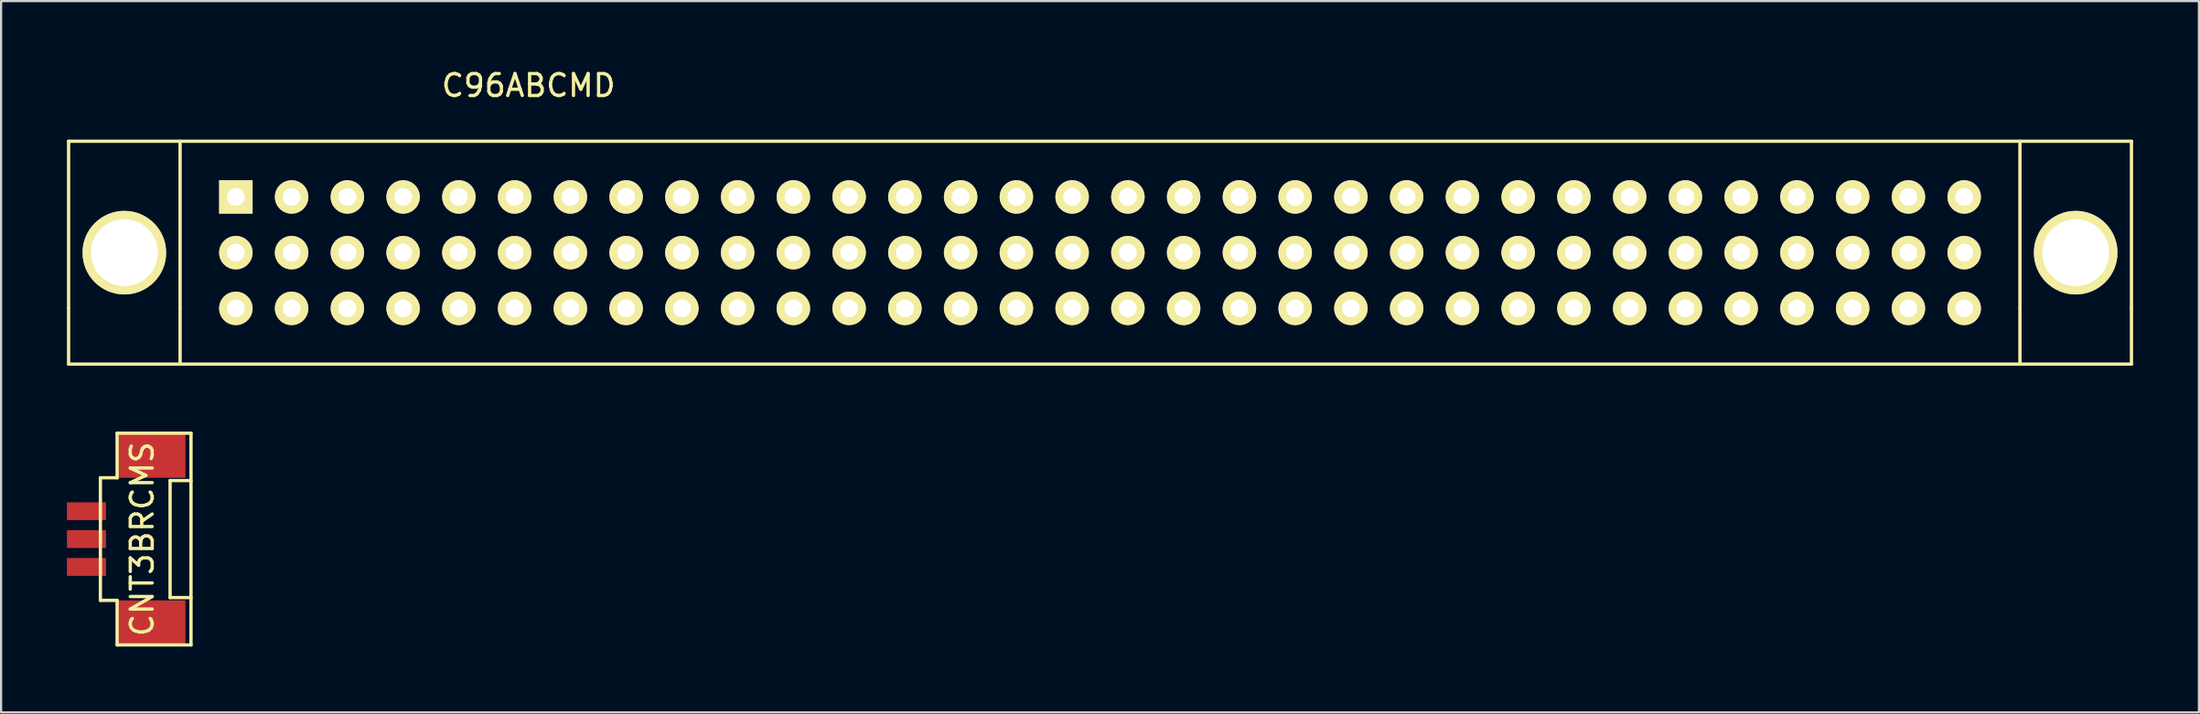
<source format=kicad_pcb>
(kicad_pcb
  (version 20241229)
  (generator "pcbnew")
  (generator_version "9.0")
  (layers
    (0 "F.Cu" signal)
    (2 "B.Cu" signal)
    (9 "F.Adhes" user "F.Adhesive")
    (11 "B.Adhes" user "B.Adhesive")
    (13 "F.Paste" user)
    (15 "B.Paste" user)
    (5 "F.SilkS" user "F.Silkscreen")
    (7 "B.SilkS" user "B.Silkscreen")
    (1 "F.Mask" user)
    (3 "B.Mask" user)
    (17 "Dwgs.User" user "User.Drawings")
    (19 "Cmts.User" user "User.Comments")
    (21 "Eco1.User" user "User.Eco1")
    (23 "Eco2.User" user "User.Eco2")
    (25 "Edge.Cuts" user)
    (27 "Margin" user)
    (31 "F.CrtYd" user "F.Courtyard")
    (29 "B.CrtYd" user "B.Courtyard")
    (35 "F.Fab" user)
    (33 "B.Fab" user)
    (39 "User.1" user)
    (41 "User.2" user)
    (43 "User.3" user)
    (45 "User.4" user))
  (footprint "CNT3BRCMS"
    (layer "F.Cu")
    (at 0.889 21.524)
    (property "Reference" "CNT3BRCMS" (at 2.54 0 90) (layer "F.SilkS") (effects (font (size 1 1) (thickness 0.15))))
    (attr smd)
    (fp_line (start 0.635 -2.794) (end 1.397 -2.794) (stroke (width 0.15) (type solid)) (layer "F.SilkS"))
    (fp_line (start 0.635 0) (end 0.635 -2.794) (stroke (width 0.15) (type solid)) (layer "F.SilkS"))
    (fp_line (start 0.635 2.794) (end 0.635 0) (stroke (width 0.15) (type solid)) (layer "F.SilkS"))
    (fp_line (start 1.397 -4.826) (end 4.763 -4.826) (stroke (width 0.15) (type solid)) (layer "F.SilkS"))
    (fp_line (start 1.397 -2.794) (end 1.397 -4.826) (stroke (width 0.15) (type solid)) (layer "F.SilkS"))
    (fp_line (start 1.397 2.794) (end 0.635 2.794) (stroke (width 0.15) (type solid)) (layer "F.SilkS"))
    (fp_line (start 1.397 4.826) (end 1.397 2.794) (stroke (width 0.15) (type solid)) (layer "F.SilkS"))
    (fp_line (start 3.81 -2.667) (end 3.81 2.667) (stroke (width 0.15) (type solid)) (layer "F.SilkS"))
    (fp_line (start 3.81 2.667) (end 4.763 2.667) (stroke (width 0.15) (type solid)) (layer "F.SilkS"))
    (fp_line (start 4.763 -4.826) (end 4.763 4.826) (stroke (width 0.15) (type solid)) (layer "F.SilkS"))
    (fp_line (start 4.763 -2.667) (end 3.81 -2.667) (stroke (width 0.15) (type solid)) (layer "F.SilkS"))
    (fp_line (start 4.763 4.826) (end 1.397 4.826) (stroke (width 0.15) (type solid)) (layer "F.SilkS"))
    (pad "" smd rect (at 2.985 -3.81) (size 3.048 2.032) (layers "F.Cu" "F.Mask" "F.Paste"))
    (pad "" smd rect (at 2.985 3.81) (size 3.048 2.032) (layers "F.Cu" "F.Mask" "F.Paste"))
    (pad "1" smd rect (at 0 -1.27) (size 1.778 0.813) (layers "F.Cu" "F.Mask" "F.Paste"))
    (pad "2" smd rect (at 0 0) (size 1.778 0.813) (layers "F.Cu" "F.Mask" "F.Paste"))
    (pad "3" smd rect (at 0 1.27) (size 1.778 0.813) (layers "F.Cu" "F.Mask" "F.Paste")))
  (footprint "C96ABCMD"
    (layer "F.Cu")
    (at 47.065 8.468)
    (property "Reference" "C96ABCMD" (at -26.035 -7.62 0) (layer "F.SilkS") (effects (font (size 1 1) (thickness 0.15))))
    (attr through_hole)
    (fp_line (start -46.99 -5.08) (end 46.99 -5.08) (stroke (width 0.15) (type solid)) (layer "F.SilkS"))
    (fp_line (start -46.99 2.54) (end -46.99 -5.08) (stroke (width 0.15) (type solid)) (layer "F.SilkS"))
    (fp_line (start -46.99 2.54) (end -46.99 5.08) (stroke (width 0.15) (type solid)) (layer "F.SilkS"))
    (fp_line (start -46.99 5.08) (end 46.99 5.08) (stroke (width 0.15) (type solid)) (layer "F.SilkS"))
    (fp_line (start -41.91 2.54) (end -41.91 -5.08) (stroke (width 0.15) (type solid)) (layer "F.SilkS"))
    (fp_line (start -41.91 2.54) (end -41.91 5.08) (stroke (width 0.15) (type solid)) (layer "F.SilkS"))
    (fp_line (start 41.91 2.54) (end 41.91 -5.08) (stroke (width 0.15) (type solid)) (layer "F.SilkS"))
    (fp_line (start 41.91 5.08) (end 41.91 2.54) (stroke (width 0.15) (type solid)) (layer "F.SilkS"))
    (fp_line (start 46.99 -5.08) (end 46.99 2.54) (stroke (width 0.15) (type solid)) (layer "F.SilkS"))
    (fp_line (start 46.99 5.08) (end 46.99 2.54) (stroke (width 0.15) (type solid)) (layer "F.SilkS"))
    (pad "65" thru_hole circle (at -44.45 0) (size 3.81 3.81) (drill 3.048) (layers "*.Cu" "*.Mask" "F.SilkS"))
    (pad "66" thru_hole circle (at 44.45 0) (size 3.81 3.81) (drill 3.048) (layers "*.Cu" "*.Mask" "F.SilkS"))
    (pad "A1" thru_hole rect (at -39.37 -2.54) (size 1.524 1.524) (drill 0.813) (layers "*.Cu" "*.Mask" "F.SilkS"))
    (pad "A2" thru_hole circle (at -36.83 -2.54) (size 1.524 1.524) (drill 0.813) (layers "*.Cu" "*.Mask" "F.SilkS"))
    (pad "A3" thru_hole circle (at -34.29 -2.54) (size 1.524 1.524) (drill 0.813) (layers "*.Cu" "*.Mask" "F.SilkS"))
    (pad "A4" thru_hole circle (at -31.75 -2.54) (size 1.524 1.524) (drill 0.813) (layers "*.Cu" "*.Mask" "F.SilkS"))
    (pad "A5" thru_hole circle (at -29.21 -2.54) (size 1.524 1.524) (drill 0.813) (layers "*.Cu" "*.Mask" "F.SilkS"))
    (pad "A6" thru_hole circle (at -26.67 -2.54) (size 1.524 1.524) (drill 0.813) (layers "*.Cu" "*.Mask" "F.SilkS"))
    (pad "A7" thru_hole circle (at -24.13 -2.54) (size 1.524 1.524) (drill 0.813) (layers "*.Cu" "*.Mask" "F.SilkS"))
    (pad "A8" thru_hole circle (at -21.59 -2.54) (size 1.524 1.524) (drill 0.813) (layers "*.Cu" "*.Mask" "F.SilkS"))
    (pad "A9" thru_hole circle (at -19.05 -2.54) (size 1.524 1.524) (drill 0.813) (layers "*.Cu" "*.Mask" "F.SilkS"))
    (pad "A10" thru_hole circle (at -16.51 -2.54) (size 1.524 1.524) (drill 0.813) (layers "*.Cu" "*.Mask" "F.SilkS"))
    (pad "A11" thru_hole circle (at -13.97 -2.54) (size 1.524 1.524) (drill 0.813) (layers "*.Cu" "*.Mask" "F.SilkS"))
    (pad "A12" thru_hole circle (at -11.43 -2.54) (size 1.524 1.524) (drill 0.813) (layers "*.Cu" "*.Mask" "F.SilkS"))
    (pad "A13" thru_hole circle (at -8.89 -2.54) (size 1.524 1.524) (drill 0.813) (layers "*.Cu" "*.Mask" "F.SilkS"))
    (pad "A14" thru_hole circle (at -6.35 -2.54) (size 1.524 1.524) (drill 0.813) (layers "*.Cu" "*.Mask" "F.SilkS"))
    (pad "A15" thru_hole circle (at -3.81 -2.54) (size 1.524 1.524) (drill 0.813) (layers "*.Cu" "*.Mask" "F.SilkS"))
    (pad "A16" thru_hole circle (at -1.27 -2.54) (size 1.524 1.524) (drill 0.813) (layers "*.Cu" "*.Mask" "F.SilkS"))
    (pad "A17" thru_hole circle (at 1.27 -2.54) (size 1.524 1.524) (drill 0.813) (layers "*.Cu" "*.Mask" "F.SilkS"))
    (pad "A18" thru_hole circle (at 3.81 -2.54) (size 1.524 1.524) (drill 0.813) (layers "*.Cu" "*.Mask" "F.SilkS"))
    (pad "A19" thru_hole circle (at 6.35 -2.54) (size 1.524 1.524) (drill 0.813) (layers "*.Cu" "*.Mask" "F.SilkS"))
    (pad "A20" thru_hole circle (at 8.89 -2.54) (size 1.524 1.524) (drill 0.813) (layers "*.Cu" "*.Mask" "F.SilkS"))
    (pad "A21" thru_hole circle (at 11.43 -2.54) (size 1.524 1.524) (drill 0.813) (layers "*.Cu" "*.Mask" "F.SilkS"))
    (pad "A22" thru_hole circle (at 13.97 -2.54) (size 1.524 1.524) (drill 0.813) (layers "*.Cu" "*.Mask" "F.SilkS"))
    (pad "A23" thru_hole circle (at 16.51 -2.54) (size 1.524 1.524) (drill 0.813) (layers "*.Cu" "*.Mask" "F.SilkS"))
    (pad "A24" thru_hole circle (at 19.05 -2.54) (size 1.524 1.524) (drill 0.813) (layers "*.Cu" "*.Mask" "F.SilkS"))
    (pad "A25" thru_hole circle (at 21.59 -2.54) (size 1.524 1.524) (drill 0.813) (layers "*.Cu" "*.Mask" "F.SilkS"))
    (pad "A26" thru_hole circle (at 24.13 -2.54) (size 1.524 1.524) (drill 0.813) (layers "*.Cu" "*.Mask" "F.SilkS"))
    (pad "A27" thru_hole circle (at 26.67 -2.54) (size 1.524 1.524) (drill 0.813) (layers "*.Cu" "*.Mask" "F.SilkS"))
    (pad "A28" thru_hole circle (at 29.21 -2.54) (size 1.524 1.524) (drill 0.813) (layers "*.Cu" "*.Mask" "F.SilkS"))
    (pad "A29" thru_hole circle (at 31.75 -2.54) (size 1.524 1.524) (drill 0.813) (layers "*.Cu" "*.Mask" "F.SilkS"))
    (pad "A30" thru_hole circle (at 34.29 -2.54) (size 1.524 1.524) (drill 0.813) (layers "*.Cu" "*.Mask" "F.SilkS"))
    (pad "A31" thru_hole circle (at 36.83 -2.54) (size 1.524 1.524) (drill 0.813) (layers "*.Cu" "*.Mask" "F.SilkS"))
    (pad "A32" thru_hole circle (at 39.37 -2.54) (size 1.524 1.524) (drill 0.813) (layers "*.Cu" "*.Mask" "F.SilkS"))
    (pad "B1" thru_hole circle (at -39.37 0) (size 1.524 1.524) (drill 0.813) (layers "*.Cu" "*.Mask" "F.SilkS"))
    (pad "B2" thru_hole circle (at -36.83 0) (size 1.524 1.524) (drill 0.813) (layers "*.Cu" "*.Mask" "F.SilkS"))
    (pad "B3" thru_hole circle (at -34.29 0) (size 1.524 1.524) (drill 0.813) (layers "*.Cu" "*.Mask" "F.SilkS"))
    (pad "B4" thru_hole circle (at -31.75 0) (size 1.524 1.524) (drill 0.813) (layers "*.Cu" "*.Mask" "F.SilkS"))
    (pad "B5" thru_hole circle (at -29.21 0) (size 1.524 1.524) (drill 0.813) (layers "*.Cu" "*.Mask" "F.SilkS"))
    (pad "B6" thru_hole circle (at -26.67 0) (size 1.524 1.524) (drill 0.813) (layers "*.Cu" "*.Mask" "F.SilkS"))
    (pad "B7" thru_hole circle (at -24.13 0) (size 1.524 1.524) (drill 0.813) (layers "*.Cu" "*.Mask" "F.SilkS"))
    (pad "B8" thru_hole circle (at -21.59 0) (size 1.524 1.524) (drill 0.813) (layers "*.Cu" "*.Mask" "F.SilkS"))
    (pad "B9" thru_hole circle (at -19.05 0) (size 1.524 1.524) (drill 0.813) (layers "*.Cu" "*.Mask" "F.SilkS"))
    (pad "B10" thru_hole circle (at -16.51 0) (size 1.524 1.524) (drill 0.813) (layers "*.Cu" "*.Mask" "F.SilkS"))
    (pad "B11" thru_hole circle (at -13.97 0) (size 1.524 1.524) (drill 0.813) (layers "*.Cu" "*.Mask" "F.SilkS"))
    (pad "B12" thru_hole circle (at -11.43 0) (size 1.524 1.524) (drill 0.813) (layers "*.Cu" "*.Mask" "F.SilkS"))
    (pad "B13" thru_hole circle (at -8.89 0) (size 1.524 1.524) (drill 0.813) (layers "*.Cu" "*.Mask" "F.SilkS"))
    (pad "B14" thru_hole circle (at -6.35 0) (size 1.524 1.524) (drill 0.813) (layers "*.Cu" "*.Mask" "F.SilkS"))
    (pad "B15" thru_hole circle (at -3.81 0) (size 1.524 1.524) (drill 0.813) (layers "*.Cu" "*.Mask" "F.SilkS"))
    (pad "B16" thru_hole circle (at -1.27 0) (size 1.524 1.524) (drill 0.813) (layers "*.Cu" "*.Mask" "F.SilkS"))
    (pad "B17" thru_hole circle (at 1.27 0) (size 1.524 1.524) (drill 0.813) (layers "*.Cu" "*.Mask" "F.SilkS"))
    (pad "B18" thru_hole circle (at 3.81 0) (size 1.524 1.524) (drill 0.813) (layers "*.Cu" "*.Mask" "F.SilkS"))
    (pad "B19" thru_hole circle (at 6.35 0) (size 1.524 1.524) (drill 0.813) (layers "*.Cu" "*.Mask" "F.SilkS"))
    (pad "B20" thru_hole circle (at 8.89 0) (size 1.524 1.524) (drill 0.813) (layers "*.Cu" "*.Mask" "F.SilkS"))
    (pad "B21" thru_hole circle (at 11.43 0) (size 1.524 1.524) (drill 0.813) (layers "*.Cu" "*.Mask" "F.SilkS"))
    (pad "B22" thru_hole circle (at 13.97 0) (size 1.524 1.524) (drill 0.813) (layers "*.Cu" "*.Mask" "F.SilkS"))
    (pad "B23" thru_hole circle (at 16.51 0) (size 1.524 1.524) (drill 0.813) (layers "*.Cu" "*.Mask" "F.SilkS"))
    (pad "B24" thru_hole circle (at 19.05 0) (size 1.524 1.524) (drill 0.813) (layers "*.Cu" "*.Mask" "F.SilkS"))
    (pad "B25" thru_hole circle (at 21.59 0) (size 1.524 1.524) (drill 0.813) (layers "*.Cu" "*.Mask" "F.SilkS"))
    (pad "B26" thru_hole circle (at 24.13 0) (size 1.524 1.524) (drill 0.813) (layers "*.Cu" "*.Mask" "F.SilkS"))
    (pad "B27" thru_hole circle (at 26.67 0) (size 1.524 1.524) (drill 0.813) (layers "*.Cu" "*.Mask" "F.SilkS"))
    (pad "B28" thru_hole circle (at 29.21 0) (size 1.524 1.524) (drill 0.813) (layers "*.Cu" "*.Mask" "F.SilkS"))
    (pad "B29" thru_hole circle (at 31.75 0) (size 1.524 1.524) (drill 0.813) (layers "*.Cu" "*.Mask" "F.SilkS"))
    (pad "B30" thru_hole circle (at 34.29 0) (size 1.524 1.524) (drill 0.813) (layers "*.Cu" "*.Mask" "F.SilkS"))
    (pad "B31" thru_hole circle (at 36.83 0) (size 1.524 1.524) (drill 0.813) (layers "*.Cu" "*.Mask" "F.SilkS"))
    (pad "B32" thru_hole circle (at 39.37 0) (size 1.524 1.524) (drill 0.813) (layers "*.Cu" "*.Mask" "F.SilkS"))
    (pad "C1" thru_hole circle (at -39.37 2.54) (size 1.524 1.524) (drill 0.813) (layers "*.Cu" "*.Mask" "F.SilkS"))
    (pad "C2" thru_hole circle (at -36.83 2.54) (size 1.524 1.524) (drill 0.813) (layers "*.Cu" "*.Mask" "F.SilkS"))
    (pad "C3" thru_hole circle (at -34.29 2.54) (size 1.524 1.524) (drill 0.813) (layers "*.Cu" "*.Mask" "F.SilkS"))
    (pad "C4" thru_hole circle (at -31.75 2.54) (size 1.524 1.524) (drill 0.813) (layers "*.Cu" "*.Mask" "F.SilkS"))
    (pad "C5" thru_hole circle (at -29.21 2.54) (size 1.524 1.524) (drill 0.813) (layers "*.Cu" "*.Mask" "F.SilkS"))
    (pad "C6" thru_hole circle (at -26.67 2.54) (size 1.524 1.524) (drill 0.813) (layers "*.Cu" "*.Mask" "F.SilkS"))
    (pad "C7" thru_hole circle (at -24.13 2.54) (size 1.524 1.524) (drill 0.813) (layers "*.Cu" "*.Mask" "F.SilkS"))
    (pad "C8" thru_hole circle (at -21.59 2.54) (size 1.524 1.524) (drill 0.813) (layers "*.Cu" "*.Mask" "F.SilkS"))
    (pad "C9" thru_hole circle (at -19.05 2.54) (size 1.524 1.524) (drill 0.813) (layers "*.Cu" "*.Mask" "F.SilkS"))
    (pad "C10" thru_hole circle (at -16.51 2.54) (size 1.524 1.524) (drill 0.813) (layers "*.Cu" "*.Mask" "F.SilkS"))
    (pad "C11" thru_hole circle (at -13.97 2.54) (size 1.524 1.524) (drill 0.813) (layers "*.Cu" "*.Mask" "F.SilkS"))
    (pad "C12" thru_hole circle (at -11.43 2.54) (size 1.524 1.524) (drill 0.813) (layers "*.Cu" "*.Mask" "F.SilkS"))
    (pad "C13" thru_hole circle (at -8.89 2.54) (size 1.524 1.524) (drill 0.813) (layers "*.Cu" "*.Mask" "F.SilkS"))
    (pad "C14" thru_hole circle (at -6.35 2.54) (size 1.524 1.524) (drill 0.813) (layers "*.Cu" "*.Mask" "F.SilkS"))
    (pad "C15" thru_hole circle (at -3.81 2.54) (size 1.524 1.524) (drill 0.813) (layers "*.Cu" "*.Mask" "F.SilkS"))
    (pad "C16" thru_hole circle (at -1.27 2.54) (size 1.524 1.524) (drill 0.813) (layers "*.Cu" "*.Mask" "F.SilkS"))
    (pad "C17" thru_hole circle (at 1.27 2.54) (size 1.524 1.524) (drill 0.813) (layers "*.Cu" "*.Mask" "F.SilkS"))
    (pad "C18" thru_hole circle (at 3.81 2.54) (size 1.524 1.524) (drill 0.813) (layers "*.Cu" "*.Mask" "F.SilkS"))
    (pad "C19" thru_hole circle (at 6.35 2.54) (size 1.524 1.524) (drill 0.813) (layers "*.Cu" "*.Mask" "F.SilkS"))
    (pad "C20" thru_hole circle (at 8.89 2.54) (size 1.524 1.524) (drill 0.813) (layers "*.Cu" "*.Mask" "F.SilkS"))
    (pad "C21" thru_hole circle (at 11.43 2.54) (size 1.524 1.524) (drill 0.813) (layers "*.Cu" "*.Mask" "F.SilkS"))
    (pad "C22" thru_hole circle (at 13.97 2.54) (size 1.524 1.524) (drill 0.813) (layers "*.Cu" "*.Mask" "F.SilkS"))
    (pad "C23" thru_hole circle (at 16.51 2.54) (size 1.524 1.524) (drill 0.813) (layers "*.Cu" "*.Mask" "F.SilkS"))
    (pad "C24" thru_hole circle (at 19.05 2.54) (size 1.524 1.524) (drill 0.813) (layers "*.Cu" "*.Mask" "F.SilkS"))
    (pad "C25" thru_hole circle (at 21.59 2.54) (size 1.524 1.524) (drill 0.813) (layers "*.Cu" "*.Mask" "F.SilkS"))
    (pad "C26" thru_hole circle (at 24.13 2.54) (size 1.524 1.524) (drill 0.813) (layers "*.Cu" "*.Mask" "F.SilkS"))
    (pad "C27" thru_hole circle (at 26.67 2.54) (size 1.524 1.524) (drill 0.813) (layers "*.Cu" "*.Mask" "F.SilkS"))
    (pad "C28" thru_hole circle (at 29.21 2.54) (size 1.524 1.524) (drill 0.813) (layers "*.Cu" "*.Mask" "F.SilkS"))
    (pad "C29" thru_hole circle (at 31.75 2.54) (size 1.524 1.524) (drill 0.813) (layers "*.Cu" "*.Mask" "F.SilkS"))
    (pad "C30" thru_hole circle (at 34.29 2.54) (size 1.524 1.524) (drill 0.813) (layers "*.Cu" "*.Mask" "F.SilkS"))
    (pad "C31" thru_hole circle (at 36.83 2.54) (size 1.524 1.524) (drill 0.813) (layers "*.Cu" "*.Mask" "F.SilkS"))
    (pad "C32" thru_hole circle (at 39.37 2.54) (size 1.524 1.524) (drill 0.813) (layers "*.Cu" "*.Mask" "F.SilkS")))
  (gr_rect
    (start -3 -3)
    (end 97.13 29.425)
    (stroke (width 0.1) (type default))
    (fill no)
    (layer "Edge.Cuts")))
</source>
